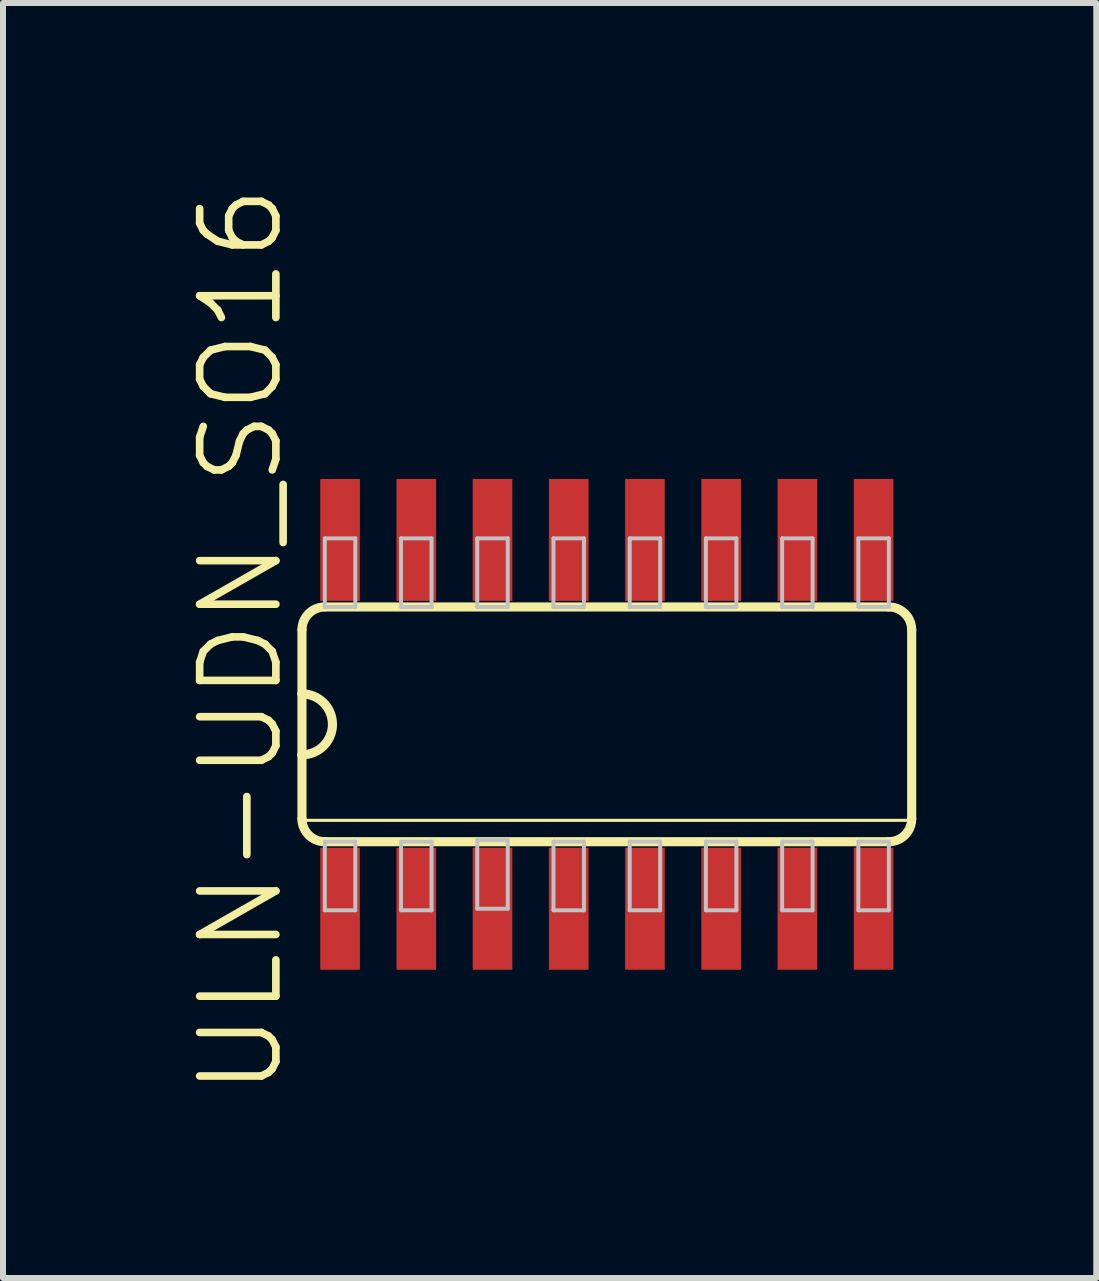
<source format=kicad_pcb>
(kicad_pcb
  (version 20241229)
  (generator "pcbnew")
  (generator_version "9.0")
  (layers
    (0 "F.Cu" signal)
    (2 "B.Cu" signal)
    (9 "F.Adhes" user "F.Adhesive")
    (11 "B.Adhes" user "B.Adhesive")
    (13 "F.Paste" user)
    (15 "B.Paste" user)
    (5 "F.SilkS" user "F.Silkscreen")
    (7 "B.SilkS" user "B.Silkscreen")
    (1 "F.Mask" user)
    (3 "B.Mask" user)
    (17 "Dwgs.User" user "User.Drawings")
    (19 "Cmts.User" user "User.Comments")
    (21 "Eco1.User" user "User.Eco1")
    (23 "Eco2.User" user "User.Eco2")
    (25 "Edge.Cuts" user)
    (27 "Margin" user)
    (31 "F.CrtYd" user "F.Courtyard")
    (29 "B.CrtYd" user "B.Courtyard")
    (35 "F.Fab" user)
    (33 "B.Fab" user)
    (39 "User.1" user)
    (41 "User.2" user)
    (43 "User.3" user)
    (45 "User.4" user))
  (footprint "ULN-UDN_SO16"
    (layer "F.Cu")
    (at 7.062 9.02)
    (property "Reference" "ULN-UDN_SO16" (at -6.096 -1.397 90) (layer "F.SilkS") (effects (font (size 1.27 1.27) (thickness 0.127))))
    (attr smd)
    (fp_line (start -5.08 -1.575) (end -5.08 -0.508) (stroke (width 0.152) (type solid)) (layer "F.SilkS"))
    (fp_line (start -5.08 -0.508) (end -5.08 0.508) (stroke (width 0.152) (type solid)) (layer "F.SilkS"))
    (fp_line (start -5.08 0.508) (end -5.08 1.575) (stroke (width 0.152) (type solid)) (layer "F.SilkS"))
    (fp_line (start -5.08 1.6) (end 5.08 1.6) (stroke (width 0.051) (type solid)) (layer "F.SilkS"))
    (fp_line (start -4.699 1.956) (end 4.699 1.956) (stroke (width 0.152) (type solid)) (layer "F.SilkS"))
    (fp_line (start 4.699 -1.956) (end -4.699 -1.956) (stroke (width 0.152) (type solid)) (layer "F.SilkS"))
    (fp_line (start 5.08 1.575) (end 5.08 -1.575) (stroke (width 0.152) (type solid)) (layer "F.SilkS"))
    (fp_arc (start -5.08 -1.5748) (mid -4.968408 -1.844208) (end -4.699 -1.9558) (stroke (width 0.1524) (type solid)) (layer "F.SilkS"))
    (fp_arc (start -5.08 -0.508) (mid -4.572 0) (end -5.08 0.508) (stroke (width 0.1524) (type solid)) (layer "F.SilkS"))
    (fp_arc (start -4.699 1.9558) (mid -4.968408 1.844208) (end -5.08 1.5748) (stroke (width 0.1524) (type solid)) (layer "F.SilkS"))
    (fp_arc (start 4.699 -1.9558) (mid 4.968408 -1.844208) (end 5.08 -1.5748) (stroke (width 0.1524) (type solid)) (layer "F.SilkS"))
    (fp_arc (start 5.08 1.5748) (mid 4.968408 1.844208) (end 4.699 1.9558) (stroke (width 0.1524) (type solid)) (layer "F.SilkS"))
    (fp_line (start -4.699 -3.099) (end -4.191 -3.099) (stroke (width 0.066) (type solid)) (layer "Dwgs.User"))
    (fp_line (start -4.699 -1.956) (end -4.699 -3.099) (stroke (width 0.066) (type solid)) (layer "Dwgs.User"))
    (fp_line (start -4.699 -1.956) (end -4.191 -1.956) (stroke (width 0.066) (type solid)) (layer "Dwgs.User"))
    (fp_line (start -4.699 1.956) (end -4.191 1.956) (stroke (width 0.066) (type solid)) (layer "Dwgs.User"))
    (fp_line (start -4.699 3.099) (end -4.699 1.956) (stroke (width 0.066) (type solid)) (layer "Dwgs.User"))
    (fp_line (start -4.699 3.099) (end -4.191 3.099) (stroke (width 0.066) (type solid)) (layer "Dwgs.User"))
    (fp_line (start -4.191 -1.956) (end -4.191 -3.099) (stroke (width 0.066) (type solid)) (layer "Dwgs.User"))
    (fp_line (start -4.191 3.099) (end -4.191 1.956) (stroke (width 0.066) (type solid)) (layer "Dwgs.User"))
    (fp_line (start -3.429 -3.099) (end -2.921 -3.099) (stroke (width 0.066) (type solid)) (layer "Dwgs.User"))
    (fp_line (start -3.429 -1.956) (end -3.429 -3.099) (stroke (width 0.066) (type solid)) (layer "Dwgs.User"))
    (fp_line (start -3.429 -1.956) (end -2.921 -1.956) (stroke (width 0.066) (type solid)) (layer "Dwgs.User"))
    (fp_line (start -3.429 1.956) (end -2.921 1.956) (stroke (width 0.066) (type solid)) (layer "Dwgs.User"))
    (fp_line (start -3.429 3.099) (end -3.429 1.956) (stroke (width 0.066) (type solid)) (layer "Dwgs.User"))
    (fp_line (start -3.429 3.099) (end -2.921 3.099) (stroke (width 0.066) (type solid)) (layer "Dwgs.User"))
    (fp_line (start -2.921 -1.956) (end -2.921 -3.099) (stroke (width 0.066) (type solid)) (layer "Dwgs.User"))
    (fp_line (start -2.921 3.099) (end -2.921 1.956) (stroke (width 0.066) (type solid)) (layer "Dwgs.User"))
    (fp_line (start -2.159 -3.099) (end -1.651 -3.099) (stroke (width 0.066) (type solid)) (layer "Dwgs.User"))
    (fp_line (start -2.159 -1.956) (end -2.159 -3.099) (stroke (width 0.066) (type solid)) (layer "Dwgs.User"))
    (fp_line (start -2.159 -1.956) (end -1.651 -1.956) (stroke (width 0.066) (type solid)) (layer "Dwgs.User"))
    (fp_line (start -2.159 1.93) (end -1.651 1.93) (stroke (width 0.066) (type solid)) (layer "Dwgs.User"))
    (fp_line (start -2.159 3.073) (end -2.159 1.93) (stroke (width 0.066) (type solid)) (layer "Dwgs.User"))
    (fp_line (start -2.159 3.073) (end -1.651 3.073) (stroke (width 0.066) (type solid)) (layer "Dwgs.User"))
    (fp_line (start -1.651 -1.956) (end -1.651 -3.099) (stroke (width 0.066) (type solid)) (layer "Dwgs.User"))
    (fp_line (start -1.651 3.073) (end -1.651 1.93) (stroke (width 0.066) (type solid)) (layer "Dwgs.User"))
    (fp_line (start -0.889 -3.099) (end -0.381 -3.099) (stroke (width 0.066) (type solid)) (layer "Dwgs.User"))
    (fp_line (start -0.889 -1.956) (end -0.889 -3.099) (stroke (width 0.066) (type solid)) (layer "Dwgs.User"))
    (fp_line (start -0.889 -1.956) (end -0.381 -1.956) (stroke (width 0.066) (type solid)) (layer "Dwgs.User"))
    (fp_line (start -0.889 1.956) (end -0.381 1.956) (stroke (width 0.066) (type solid)) (layer "Dwgs.User"))
    (fp_line (start -0.889 3.099) (end -0.889 1.956) (stroke (width 0.066) (type solid)) (layer "Dwgs.User"))
    (fp_line (start -0.889 3.099) (end -0.381 3.099) (stroke (width 0.066) (type solid)) (layer "Dwgs.User"))
    (fp_line (start -0.381 -1.956) (end -0.381 -3.099) (stroke (width 0.066) (type solid)) (layer "Dwgs.User"))
    (fp_line (start -0.381 3.099) (end -0.381 1.956) (stroke (width 0.066) (type solid)) (layer "Dwgs.User"))
    (fp_line (start 0.381 -3.099) (end 0.889 -3.099) (stroke (width 0.066) (type solid)) (layer "Dwgs.User"))
    (fp_line (start 0.381 -1.956) (end 0.381 -3.099) (stroke (width 0.066) (type solid)) (layer "Dwgs.User"))
    (fp_line (start 0.381 -1.956) (end 0.889 -1.956) (stroke (width 0.066) (type solid)) (layer "Dwgs.User"))
    (fp_line (start 0.381 1.956) (end 0.889 1.956) (stroke (width 0.066) (type solid)) (layer "Dwgs.User"))
    (fp_line (start 0.381 3.099) (end 0.381 1.956) (stroke (width 0.066) (type solid)) (layer "Dwgs.User"))
    (fp_line (start 0.381 3.099) (end 0.889 3.099) (stroke (width 0.066) (type solid)) (layer "Dwgs.User"))
    (fp_line (start 0.889 -1.956) (end 0.889 -3.099) (stroke (width 0.066) (type solid)) (layer "Dwgs.User"))
    (fp_line (start 0.889 3.099) (end 0.889 1.956) (stroke (width 0.066) (type solid)) (layer "Dwgs.User"))
    (fp_line (start 1.651 -3.099) (end 2.159 -3.099) (stroke (width 0.066) (type solid)) (layer "Dwgs.User"))
    (fp_line (start 1.651 -1.956) (end 1.651 -3.099) (stroke (width 0.066) (type solid)) (layer "Dwgs.User"))
    (fp_line (start 1.651 -1.956) (end 2.159 -1.956) (stroke (width 0.066) (type solid)) (layer "Dwgs.User"))
    (fp_line (start 1.651 1.956) (end 2.159 1.956) (stroke (width 0.066) (type solid)) (layer "Dwgs.User"))
    (fp_line (start 1.651 3.099) (end 1.651 1.956) (stroke (width 0.066) (type solid)) (layer "Dwgs.User"))
    (fp_line (start 1.651 3.099) (end 2.159 3.099) (stroke (width 0.066) (type solid)) (layer "Dwgs.User"))
    (fp_line (start 2.159 -1.956) (end 2.159 -3.099) (stroke (width 0.066) (type solid)) (layer "Dwgs.User"))
    (fp_line (start 2.159 3.099) (end 2.159 1.956) (stroke (width 0.066) (type solid)) (layer "Dwgs.User"))
    (fp_line (start 2.921 -3.099) (end 3.429 -3.099) (stroke (width 0.066) (type solid)) (layer "Dwgs.User"))
    (fp_line (start 2.921 -1.956) (end 2.921 -3.099) (stroke (width 0.066) (type solid)) (layer "Dwgs.User"))
    (fp_line (start 2.921 -1.956) (end 3.429 -1.956) (stroke (width 0.066) (type solid)) (layer "Dwgs.User"))
    (fp_line (start 2.921 1.956) (end 3.429 1.956) (stroke (width 0.066) (type solid)) (layer "Dwgs.User"))
    (fp_line (start 2.921 3.099) (end 2.921 1.956) (stroke (width 0.066) (type solid)) (layer "Dwgs.User"))
    (fp_line (start 2.921 3.099) (end 3.429 3.099) (stroke (width 0.066) (type solid)) (layer "Dwgs.User"))
    (fp_line (start 3.429 -1.956) (end 3.429 -3.099) (stroke (width 0.066) (type solid)) (layer "Dwgs.User"))
    (fp_line (start 3.429 3.099) (end 3.429 1.956) (stroke (width 0.066) (type solid)) (layer "Dwgs.User"))
    (fp_line (start 4.191 -3.099) (end 4.699 -3.099) (stroke (width 0.066) (type solid)) (layer "Dwgs.User"))
    (fp_line (start 4.191 -1.956) (end 4.191 -3.099) (stroke (width 0.066) (type solid)) (layer "Dwgs.User"))
    (fp_line (start 4.191 -1.956) (end 4.699 -1.956) (stroke (width 0.066) (type solid)) (layer "Dwgs.User"))
    (fp_line (start 4.191 1.956) (end 4.699 1.956) (stroke (width 0.066) (type solid)) (layer "Dwgs.User"))
    (fp_line (start 4.191 3.099) (end 4.191 1.956) (stroke (width 0.066) (type solid)) (layer "Dwgs.User"))
    (fp_line (start 4.191 3.099) (end 4.699 3.099) (stroke (width 0.066) (type solid)) (layer "Dwgs.User"))
    (fp_line (start 4.699 -1.956) (end 4.699 -3.099) (stroke (width 0.066) (type solid)) (layer "Dwgs.User"))
    (fp_line (start 4.699 3.099) (end 4.699 1.956) (stroke (width 0.066) (type solid)) (layer "Dwgs.User"))
    (pad "1" smd rect (at -4.445 3.073) (size 0.66 2.032) (layers "F.Cu" "F.Mask" "F.Paste"))
    (pad "2" smd rect (at -3.175 3.073) (size 0.66 2.032) (layers "F.Cu" "F.Mask" "F.Paste"))
    (pad "3" smd rect (at -1.905 3.073) (size 0.66 2.032) (layers "F.Cu" "F.Mask" "F.Paste"))
    (pad "4" smd rect (at -0.635 3.073) (size 0.66 2.032) (layers "F.Cu" "F.Mask" "F.Paste"))
    (pad "5" smd rect (at 0.635 3.073) (size 0.66 2.032) (layers "F.Cu" "F.Mask" "F.Paste"))
    (pad "6" smd rect (at 1.905 3.073) (size 0.66 2.032) (layers "F.Cu" "F.Mask" "F.Paste"))
    (pad "7" smd rect (at 3.175 3.073) (size 0.66 2.032) (layers "F.Cu" "F.Mask" "F.Paste"))
    (pad "8" smd rect (at 4.445 3.073) (size 0.66 2.032) (layers "F.Cu" "F.Mask" "F.Paste"))
    (pad "9" smd rect (at 4.445 -3.073) (size 0.66 2.032) (layers "F.Cu" "F.Mask" "F.Paste"))
    (pad "10" smd rect (at 3.175 -3.073) (size 0.66 2.032) (layers "F.Cu" "F.Mask" "F.Paste"))
    (pad "11" smd rect (at 1.905 -3.073) (size 0.66 2.032) (layers "F.Cu" "F.Mask" "F.Paste"))
    (pad "12" smd rect (at 0.635 -3.073) (size 0.66 2.032) (layers "F.Cu" "F.Mask" "F.Paste"))
    (pad "13" smd rect (at -0.635 -3.073) (size 0.66 2.032) (layers "F.Cu" "F.Mask" "F.Paste"))
    (pad "14" smd rect (at -1.905 -3.073) (size 0.66 2.032) (layers "F.Cu" "F.Mask" "F.Paste"))
    (pad "15" smd rect (at -3.175 -3.073) (size 0.66 2.032) (layers "F.Cu" "F.Mask" "F.Paste"))
    (pad "16" smd rect (at -4.445 -3.073) (size 0.66 2.032) (layers "F.Cu" "F.Mask" "F.Paste")))
  (gr_rect
    (start -3 -3)
    (end 15.218 18.246)
    (stroke (width 0.1) (type default))
    (fill no)
    (layer "Edge.Cuts")))
</source>
